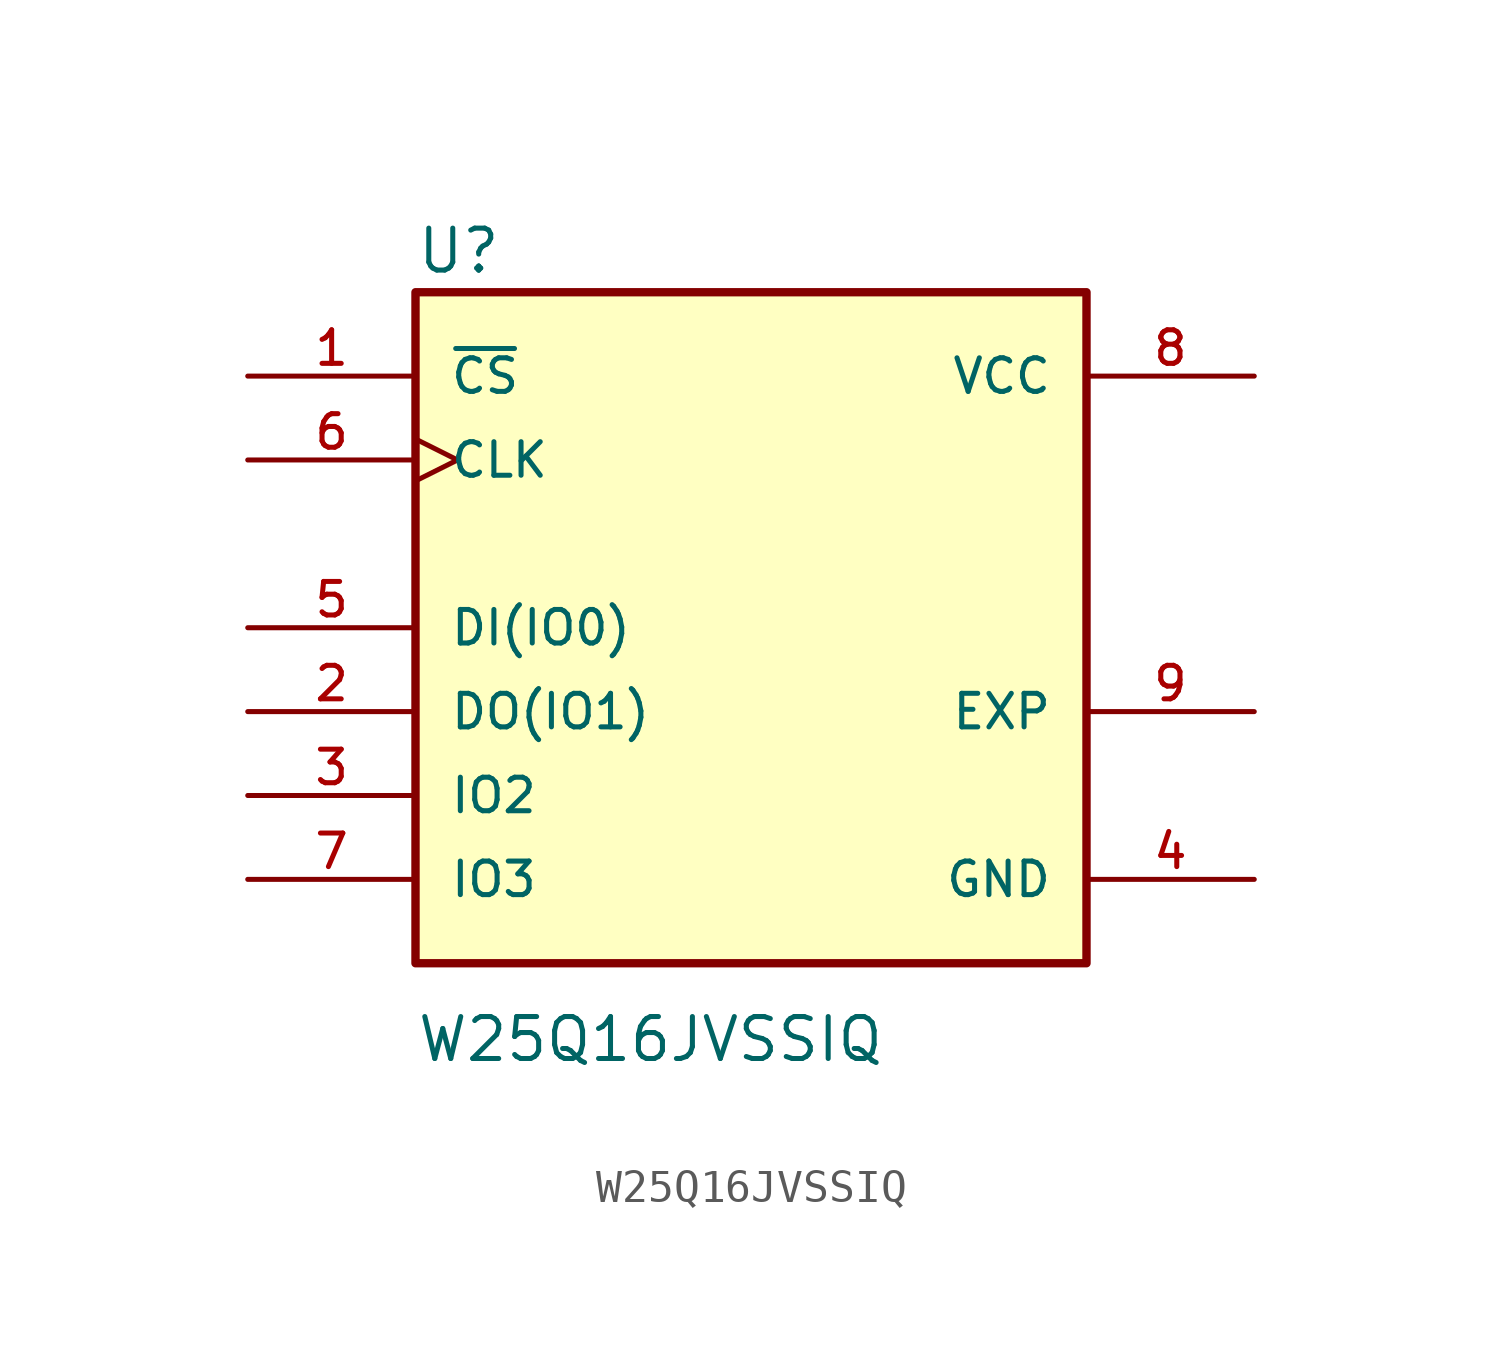
<source format=kicad_sym>
(kicad_symbol_lib
  (version 20211014)
  (generator kicad_symbol_editor)
  (symbol "W25Q16JVSSIQ"
    (pin_names
      (offset 1.016))
    (property "Reference" "U"
      (at -10.16 10.668 0)
      (effects (font (size 1.27 1.27)) (justify left bottom)))
    (property "Value" "W25Q16JVSSIQ"
      (at -10.16 -13.208 0)
      (effects (font (size 1.27 1.27)) (justify left bottom)))
    (property "ki_locked" ""
      (at 0 0 0)
      (effects (font (size 1.27 1.27))))
    (symbol "W25Q16JVSSIQ_0_0"
      (rectangle (start -10.16 -10.16) (end 10.16 10.16) (stroke (width 0.254) (type default) (color 0 0 0 0)) (fill (type background)))
      (pin input line (at -15.24 7.62 0) (length 5.08) (name "~{CS}" (effects (font (size 1.016 1.016)))) (number "1" (effects (font (size 1.016 1.016)))))
      (pin bidirectional line (at -15.24 -2.54 0) (length 5.08) (name "DO(IO1)" (effects (font (size 1.016 1.016)))) (number "2" (effects (font (size 1.016 1.016)))))
      (pin bidirectional line (at -15.24 -5.08 0) (length 5.08) (name "IO2" (effects (font (size 1.016 1.016)))) (number "3" (effects (font (size 1.016 1.016)))))
      (pin power_in line (at 15.24 -7.62 180) (length 5.08) (name "GND" (effects (font (size 1.016 1.016)))) (number "4" (effects (font (size 1.016 1.016)))))
      (pin bidirectional line (at -15.24 0 0) (length 5.08) (name "DI(IO0)" (effects (font (size 1.016 1.016)))) (number "5" (effects (font (size 1.016 1.016)))))
      (pin input clock (at -15.24 5.08 0) (length 5.08) (name "CLK" (effects (font (size 1.016 1.016)))) (number "6" (effects (font (size 1.016 1.016)))))
      (pin bidirectional line (at -15.24 -7.62 0) (length 5.08) (name "IO3" (effects (font (size 1.016 1.016)))) (number "7" (effects (font (size 1.016 1.016)))))
      (pin power_in line (at 15.24 7.62 180) (length 5.08) (name "VCC" (effects (font (size 1.016 1.016)))) (number "8" (effects (font (size 1.016 1.016)))))
      (pin power_in line (at 15.24 -2.54 180) (length 5.08) (name "EXP" (effects (font (size 1.016 1.016)))) (number "9" (effects (font (size 1.016 1.016))))))))
</source>
